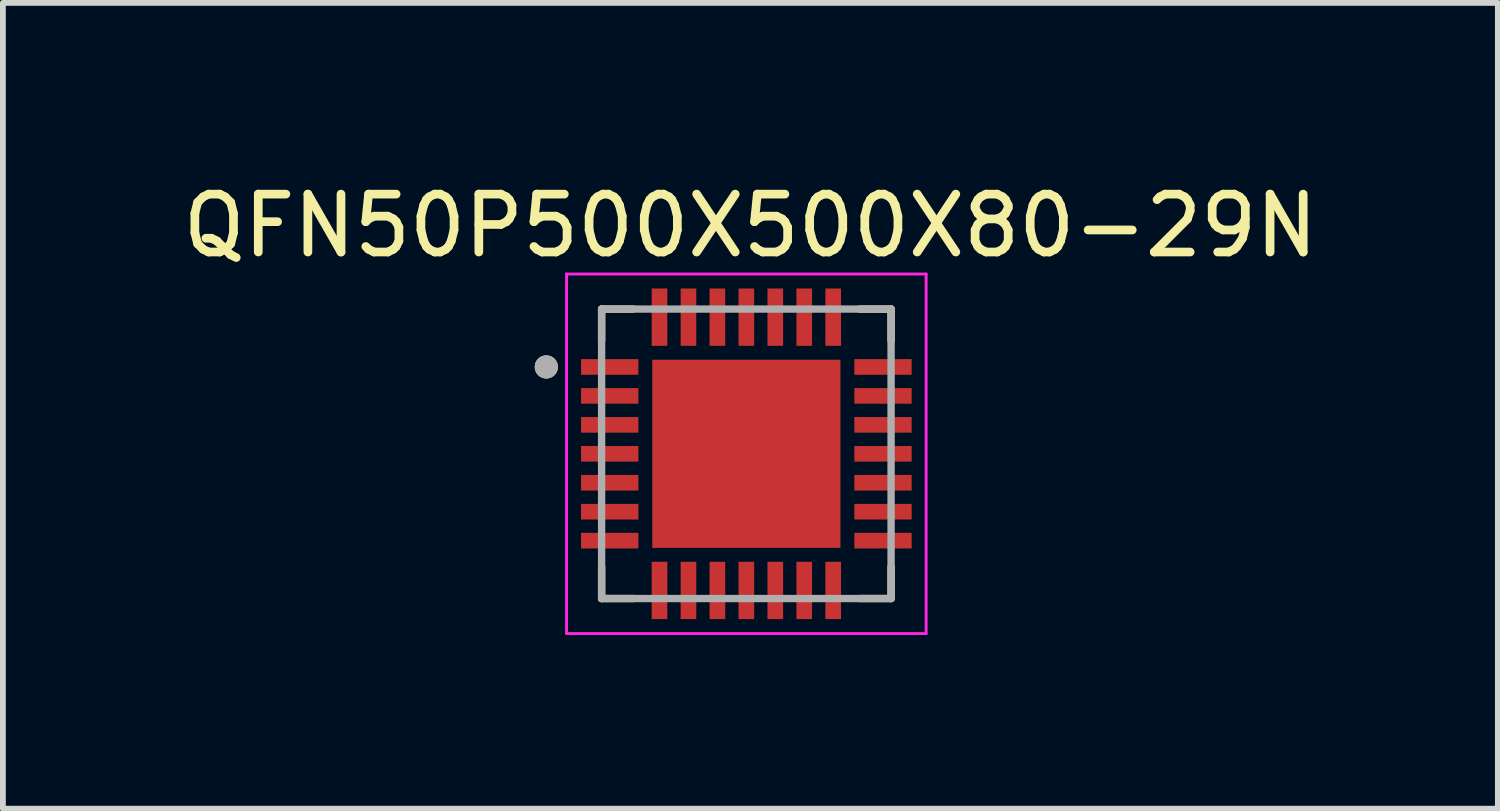
<source format=kicad_pcb>
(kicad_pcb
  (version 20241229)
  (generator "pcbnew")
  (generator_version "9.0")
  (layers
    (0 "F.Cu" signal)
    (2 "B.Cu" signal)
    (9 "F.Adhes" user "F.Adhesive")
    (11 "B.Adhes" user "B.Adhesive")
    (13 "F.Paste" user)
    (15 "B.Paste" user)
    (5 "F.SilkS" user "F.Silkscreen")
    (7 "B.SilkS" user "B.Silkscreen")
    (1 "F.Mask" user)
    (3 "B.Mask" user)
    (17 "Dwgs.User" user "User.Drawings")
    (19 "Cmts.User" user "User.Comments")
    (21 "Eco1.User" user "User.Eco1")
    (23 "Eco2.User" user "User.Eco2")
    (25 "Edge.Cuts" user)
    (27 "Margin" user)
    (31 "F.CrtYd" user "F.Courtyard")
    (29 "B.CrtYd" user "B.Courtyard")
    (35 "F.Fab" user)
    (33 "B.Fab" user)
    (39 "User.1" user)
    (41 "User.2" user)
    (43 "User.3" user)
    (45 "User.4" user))
  (footprint "QFN50P500X500X80-29N"
    (layer "F.Cu")
    (at 9.841 4.788)
    (property "Reference" "QFN50P500X500X80-29N" (at 0.07 -3.94 0) (layer "F.SilkS") (effects (font (size 1 1) (thickness 0.15))))
    (attr smd)
    (fp_line (start -2.5 -2.5) (end -1.955 -2.5) (stroke (width 0.127) (type solid)) (layer "F.SilkS"))
    (fp_line (start -2.5 -1.955) (end -2.5 -2.5) (stroke (width 0.127) (type solid)) (layer "F.SilkS"))
    (fp_line (start -2.5 2.5) (end -2.5 1.955) (stroke (width 0.127) (type solid)) (layer "F.SilkS"))
    (fp_line (start -1.955 2.5) (end -2.5 2.5) (stroke (width 0.127) (type solid)) (layer "F.SilkS"))
    (fp_line (start 1.955 -2.5) (end 2.5 -2.5) (stroke (width 0.127) (type solid)) (layer "F.SilkS"))
    (fp_line (start 2.5 -2.5) (end 2.5 -1.955) (stroke (width 0.127) (type solid)) (layer "F.SilkS"))
    (fp_line (start 2.5 2.5) (end 1.955 2.5) (stroke (width 0.127) (type solid)) (layer "F.SilkS"))
    (fp_line (start 2.5 2.5) (end 2.5 1.955) (stroke (width 0.127) (type solid)) (layer "F.SilkS"))
    (fp_circle (center -3.455 -1.5) (end -3.355 -1.5) (stroke (width 0.2) (type solid)) (fill no) (layer "F.SilkS"))
    (fp_poly (pts (xy -1.028 -1.028) (xy 1.028 -1.028) (xy 1.028 1.028) (xy -1.028 1.028)) (stroke (width 0.01) (type solid)) (fill yes) (layer "F.Paste"))
    (fp_line (start -3.105 -3.105) (end -3.105 3.105) (stroke (width 0.05) (type solid)) (layer "F.CrtYd"))
    (fp_line (start -3.105 3.105) (end 3.105 3.105) (stroke (width 0.05) (type solid)) (layer "F.CrtYd"))
    (fp_line (start 3.105 -3.105) (end -3.105 -3.105) (stroke (width 0.05) (type solid)) (layer "F.CrtYd"))
    (fp_line (start 3.105 3.105) (end 3.105 -3.105) (stroke (width 0.05) (type solid)) (layer "F.CrtYd"))
    (fp_line (start -2.5 -2.5) (end 2.5 -2.5) (stroke (width 0.127) (type solid)) (layer "F.Fab"))
    (fp_line (start -2.5 2.5) (end -2.5 -2.5) (stroke (width 0.127) (type solid)) (layer "F.Fab"))
    (fp_line (start 2.5 -2.5) (end 2.5 2.5) (stroke (width 0.127) (type solid)) (layer "F.Fab"))
    (fp_line (start 2.5 2.5) (end -2.5 2.5) (stroke (width 0.127) (type solid)) (layer "F.Fab"))
    (fp_circle (center -3.455 -1.5) (end -3.355 -1.5) (stroke (width 0.2) (type solid)) (fill no) (layer "F.Fab"))
    (pad "1" smd rect (at -2.36 -1.5) (size 0.99 0.27) (layers "F.Cu" "F.Mask" "F.Paste"))
    (pad "2" smd rect (at -2.36 -1) (size 0.99 0.27) (layers "F.Cu" "F.Mask" "F.Paste"))
    (pad "3" smd rect (at -2.36 -0.5) (size 0.99 0.27) (layers "F.Cu" "F.Mask" "F.Paste"))
    (pad "4" smd rect (at -2.36 0) (size 0.99 0.27) (layers "F.Cu" "F.Mask" "F.Paste"))
    (pad "5" smd rect (at -2.36 0.5) (size 0.99 0.27) (layers "F.Cu" "F.Mask" "F.Paste"))
    (pad "6" smd rect (at -2.36 1) (size 0.99 0.27) (layers "F.Cu" "F.Mask" "F.Paste"))
    (pad "7" smd rect (at -2.36 1.5) (size 0.99 0.27) (layers "F.Cu" "F.Mask" "F.Paste"))
    (pad "8" smd rect (at -1.5 2.36) (size 0.27 0.99) (layers "F.Cu" "F.Mask" "F.Paste"))
    (pad "9" smd rect (at -1 2.36) (size 0.27 0.99) (layers "F.Cu" "F.Mask" "F.Paste"))
    (pad "10" smd rect (at -0.5 2.36) (size 0.27 0.99) (layers "F.Cu" "F.Mask" "F.Paste"))
    (pad "11" smd rect (at 0 2.36) (size 0.27 0.99) (layers "F.Cu" "F.Mask" "F.Paste"))
    (pad "12" smd rect (at 0.5 2.36) (size 0.27 0.99) (layers "F.Cu" "F.Mask" "F.Paste"))
    (pad "13" smd rect (at 1 2.36) (size 0.27 0.99) (layers "F.Cu" "F.Mask" "F.Paste"))
    (pad "14" smd rect (at 1.5 2.36) (size 0.27 0.99) (layers "F.Cu" "F.Mask" "F.Paste"))
    (pad "15" smd rect (at 2.36 1.5) (size 0.99 0.27) (layers "F.Cu" "F.Mask" "F.Paste"))
    (pad "16" smd rect (at 2.36 1) (size 0.99 0.27) (layers "F.Cu" "F.Mask" "F.Paste"))
    (pad "17" smd rect (at 2.36 0.5) (size 0.99 0.27) (layers "F.Cu" "F.Mask" "F.Paste"))
    (pad "18" smd rect (at 2.36 0) (size 0.99 0.27) (layers "F.Cu" "F.Mask" "F.Paste"))
    (pad "19" smd rect (at 2.36 -0.5) (size 0.99 0.27) (layers "F.Cu" "F.Mask" "F.Paste"))
    (pad "20" smd rect (at 2.36 -1) (size 0.99 0.27) (layers "F.Cu" "F.Mask" "F.Paste"))
    (pad "21" smd rect (at 2.36 -1.5) (size 0.99 0.27) (layers "F.Cu" "F.Mask" "F.Paste"))
    (pad "22" smd rect (at 1.5 -2.36) (size 0.27 0.99) (layers "F.Cu" "F.Mask" "F.Paste"))
    (pad "23" smd rect (at 1 -2.36) (size 0.27 0.99) (layers "F.Cu" "F.Mask" "F.Paste"))
    (pad "24" smd rect (at 0.5 -2.36) (size 0.27 0.99) (layers "F.Cu" "F.Mask" "F.Paste"))
    (pad "25" smd rect (at 0 -2.36) (size 0.27 0.99) (layers "F.Cu" "F.Mask" "F.Paste"))
    (pad "26" smd rect (at -0.5 -2.36) (size 0.27 0.99) (layers "F.Cu" "F.Mask" "F.Paste"))
    (pad "27" smd rect (at -1 -2.36) (size 0.27 0.99) (layers "F.Cu" "F.Mask" "F.Paste"))
    (pad "28" smd rect (at -1.5 -2.36) (size 0.27 0.99) (layers "F.Cu" "F.Mask" "F.Paste"))
    (pad "29" smd rect (at 0 0) (size 3.25 3.25) (layers "F.Cu" "F.Mask")))
  (gr_rect
    (start -3 -3)
    (end 22.821 10.918)
    (stroke (width 0.1) (type default))
    (fill no)
    (layer "Edge.Cuts")))
</source>
